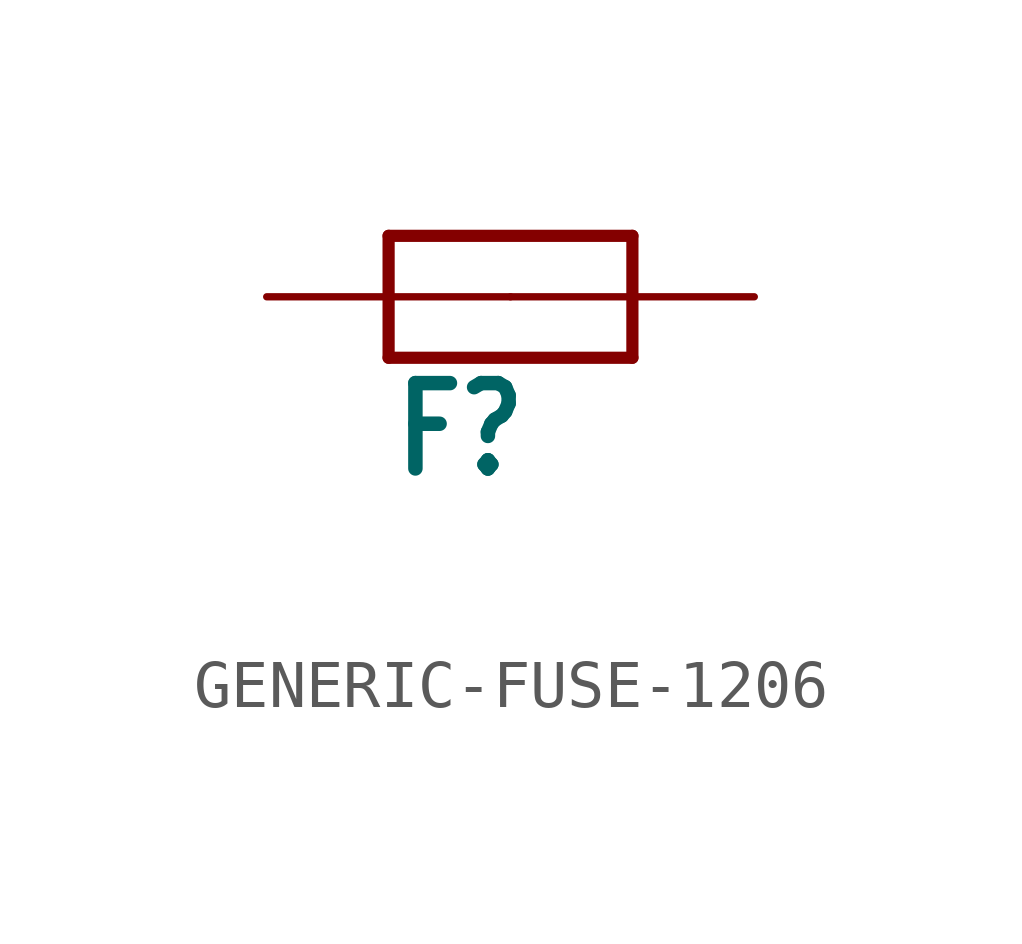
<source format=kicad_sym>
(kicad_symbol_lib
  (version 20220914)
  (generator kicad_symbol_editor)
  (symbol "GENERIC-FUSE-1206"
    (property "Reference" "F"
      (at -2.54 -3.81 0)
      (effects (font (size 1.778 1.511) bold) (justify left bottom)))
    (property "Value" ""
      (at -2.54 -6.35 0)
      (effects (font (size 1.778 1.511) bold) (justify left bottom)))
    (property "ki_locked" ""
      (at 0 0 0)
      (effects (font (size 1.27 1.27))))
    (symbol "GENERIC-FUSE-1206_1_0"
      (polyline (pts (xy -2.54 -1.27) (xy 2.54 -1.27)) (stroke (width 0.254) (type solid)) (fill (type none)))
      (polyline (pts (xy -2.54 1.27) (xy -2.54 -1.27)) (stroke (width 0.254) (type solid)) (fill (type none)))
      (polyline (pts (xy 2.54 -1.27) (xy 2.54 1.27)) (stroke (width 0.254) (type solid)) (fill (type none)))
      (polyline (pts (xy 2.54 1.27) (xy -2.54 1.27)) (stroke (width 0.254) (type solid)) (fill (type none)))
      (pin passive line (at 5.08 0 180) (length 5.08) (name "P$1" (effects (font (size 0 0)))) (number "1" (effects (font (size 0 0)))))
      (pin passive line (at -5.08 0 0) (length 5.08) (name "P$2" (effects (font (size 0 0)))) (number "2" (effects (font (size 0 0))))))))
</source>
